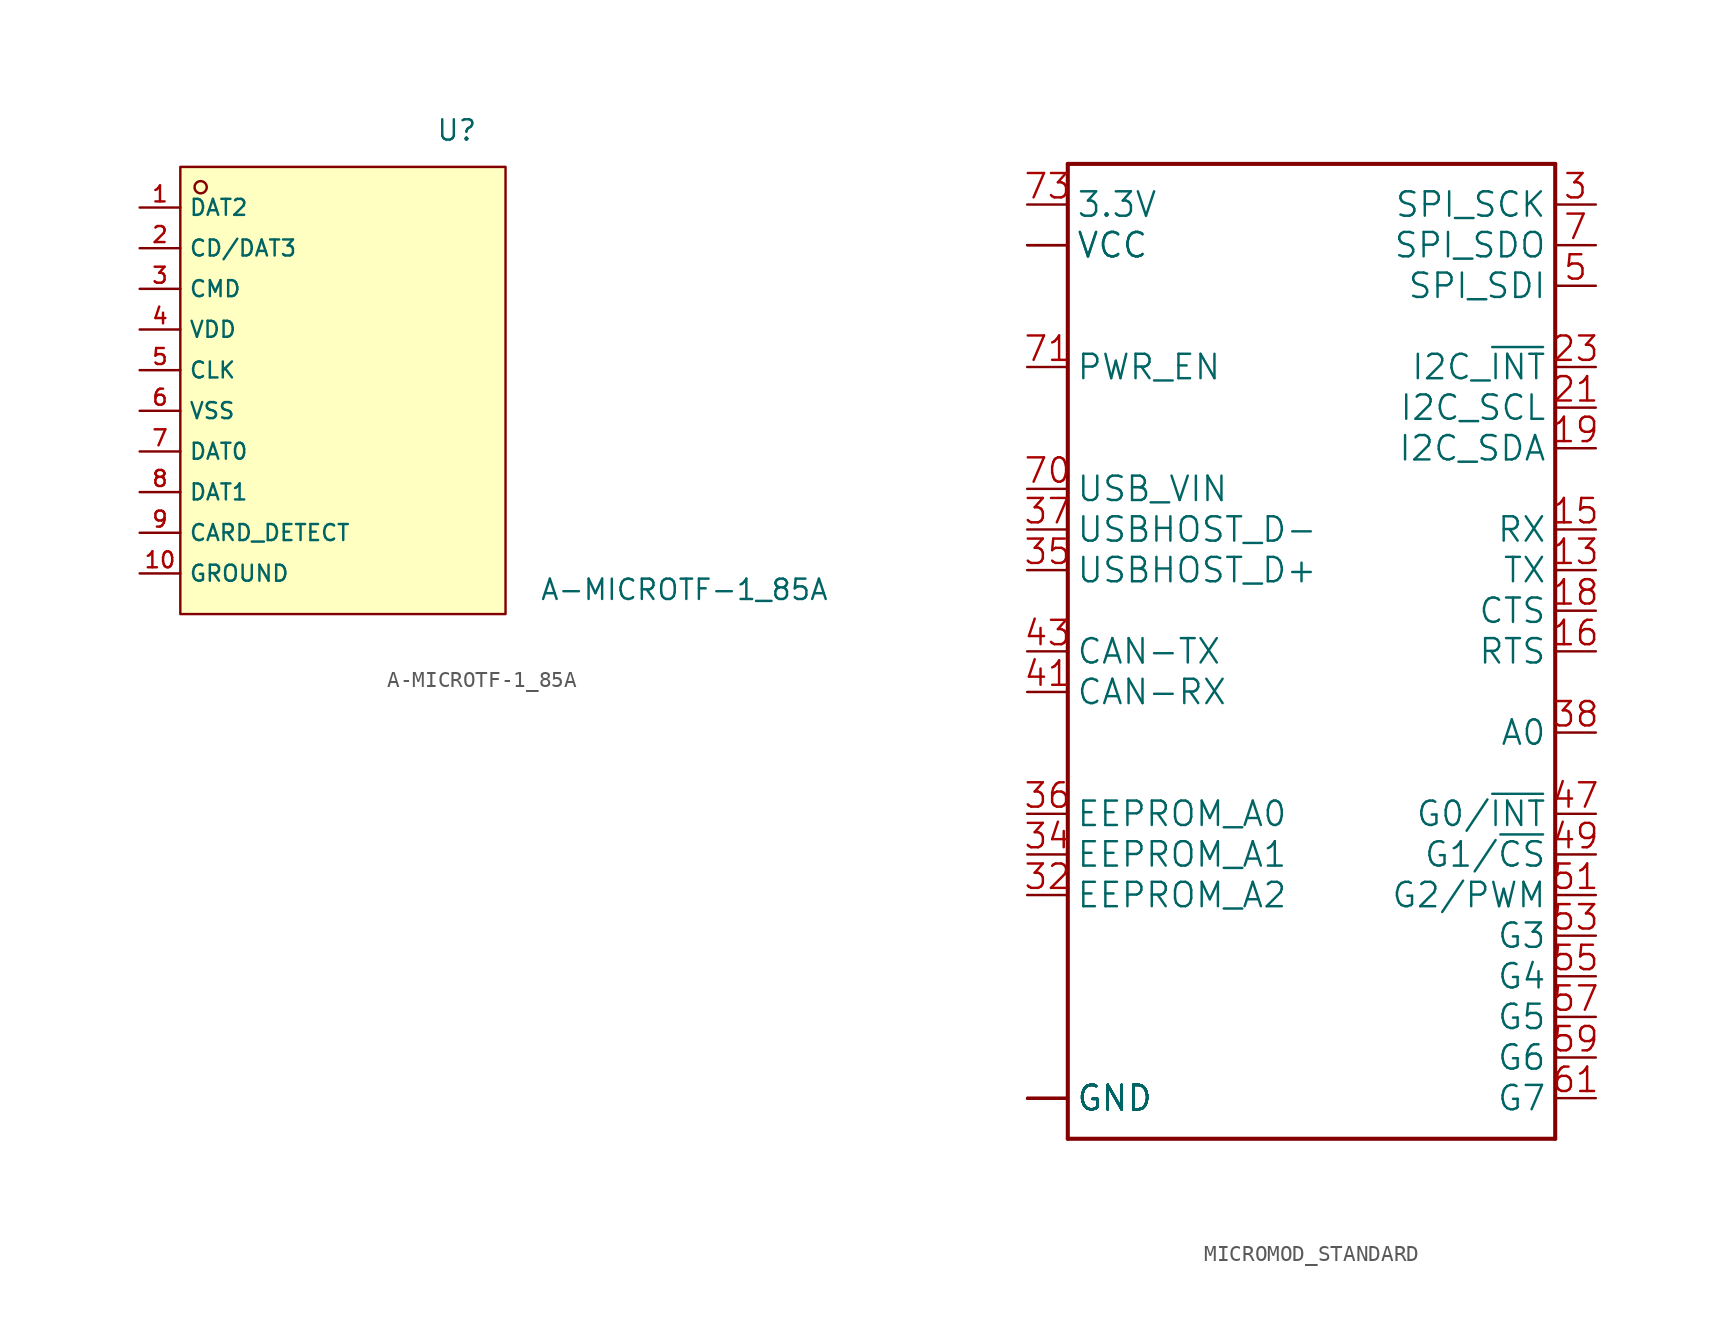
<source format=kicad_sym>
(kicad_symbol_lib
  (version 20241209)
  (generator "kicad_symbol_editor")
  (generator_version "9.0")
  (symbol "A-MICROTF-1_85A"
    (property "Reference" "U"
      (at 7.112 16.256 0)
      (effects (font (size 1.27 1.27))))
    (property "Value" "A-MICROTF-1_85A"
      (at 21.336 -12.446 0)
      (effects (font (size 1.27 1.27))))
    (symbol "A-MICROTF-1_85A_0_1"
      (rectangle (start -10.16 13.97) (end 10.16 -13.97) (stroke (width 0) (type default)) (fill (type background)))
      (circle (center -8.89 12.7) (radius 0.381) (stroke (width 0) (type default)) (fill (type background)))
      (pin unspecified line (at -12.7 11.43 0) (length 2.54) (name "DAT2" (effects (font (size 1 1)))) (number "1" (effects (font (size 1 1)))))
      (pin unspecified line (at -12.7 8.89 0) (length 2.54) (name "CD/DAT3" (effects (font (size 1 1)))) (number "2" (effects (font (size 1 1)))))
      (pin unspecified line (at -12.7 6.35 0) (length 2.54) (name "CMD" (effects (font (size 1 1)))) (number "3" (effects (font (size 1 1)))))
      (pin unspecified line (at -12.7 3.81 0) (length 2.54) (name "VDD" (effects (font (size 1 1)))) (number "4" (effects (font (size 1 1)))))
      (pin unspecified line (at -12.7 1.27 0) (length 2.54) (name "CLK" (effects (font (size 1 1)))) (number "5" (effects (font (size 1 1)))))
      (pin unspecified line (at -12.7 -1.27 0) (length 2.54) (name "VSS" (effects (font (size 1 1)))) (number "6" (effects (font (size 1 1)))))
      (pin unspecified line (at -12.7 -3.81 0) (length 2.54) (name "DAT0" (effects (font (size 1 1)))) (number "7" (effects (font (size 1 1)))))
      (pin unspecified line (at -12.7 -6.35 0) (length 2.54) (name "DAT1" (effects (font (size 1 1)))) (number "8" (effects (font (size 1 1)))))
      (pin unspecified line (at -12.7 -8.89 0) (length 2.54) (name "CARD_DETECT" (effects (font (size 1 1)))) (number "9" (effects (font (size 1 1)))))
      (pin unspecified line (at -12.7 -11.43 0) (length 2.54) (name "GROUND" (effects (font (size 1 1)))) (number "10" (effects (font (size 1 1)))))))
  (symbol "MICROMOD_STANDARD"
    (property "Reference" "J"
      (at -15.24 28.448 0)
      (effects (font (size 1.778 1.511)) (justify left bottom) (hide yes)))
    (symbol "MICROMOD_STANDARD_1_0"
      (polyline (pts (xy -15.24 27.94) (xy 15.24 27.94)) (stroke (width 0.254) (type solid)) (fill (type none)))
      (polyline (pts (xy -15.24 -33.02) (xy -15.24 27.94)) (stroke (width 0.254) (type solid)) (fill (type none)))
      (polyline (pts (xy 15.24 27.94) (xy 15.24 -33.02)) (stroke (width 0.254) (type solid)) (fill (type none)))
      (polyline (pts (xy 15.24 -33.02) (xy -15.24 -33.02)) (stroke (width 0.254) (type solid)) (fill (type none)))
      (pin bidirectional line (at -17.78 25.4 0) (length 2.54) (name "3.3V" (effects (font (size 1.524 1.524)))) (number "73" (effects (font (size 1.524 1.524)))))
      (pin bidirectional line (at -17.78 22.86 0) (length 2.54) (name "VCC" (effects (font (size 1.524 1.524)))) (number "72" (effects (font (size 0 0)))))
      (pin bidirectional line (at -17.78 22.86 0) (length 2.54) (name "VCC" (effects (font (size 1.524 1.524)))) (number "74" (effects (font (size 0 0)))))
      (pin bidirectional line (at -17.78 15.24 0) (length 2.54) (name "PWR_EN" (effects (font (size 1.524 1.524)))) (number "71" (effects (font (size 1.524 1.524)))))
      (pin bidirectional line (at -17.78 7.62 0) (length 2.54) (name "USB_VIN" (effects (font (size 1.524 1.524)))) (number "70" (effects (font (size 1.524 1.524)))))
      (pin bidirectional line (at -17.78 5.08 0) (length 2.54) (name "USBHOST_D-" (effects (font (size 1.524 1.524)))) (number "37" (effects (font (size 1.524 1.524)))))
      (pin bidirectional line (at -17.78 2.54 0) (length 2.54) (name "USBHOST_D+" (effects (font (size 1.524 1.524)))) (number "35" (effects (font (size 1.524 1.524)))))
      (pin bidirectional line (at -17.78 -2.54 0) (length 2.54) (name "CAN-TX" (effects (font (size 1.524 1.524)))) (number "43" (effects (font (size 1.524 1.524)))))
      (pin bidirectional line (at -17.78 -5.08 0) (length 2.54) (name "CAN-RX" (effects (font (size 1.524 1.524)))) (number "41" (effects (font (size 1.524 1.524)))))
      (pin bidirectional line (at -17.78 -12.7 0) (length 2.54) (name "EEPROM_A0" (effects (font (size 1.524 1.524)))) (number "36" (effects (font (size 1.524 1.524)))))
      (pin bidirectional line (at -17.78 -15.24 0) (length 2.54) (name "EEPROM_A1" (effects (font (size 1.524 1.524)))) (number "34" (effects (font (size 1.524 1.524)))))
      (pin bidirectional line (at -17.78 -17.78 0) (length 2.54) (name "EEPROM_A2" (effects (font (size 1.524 1.524)))) (number "32" (effects (font (size 1.524 1.524)))))
      (pin bidirectional line (at -17.78 -30.48 0) (length 2.54) (name "GND" (effects (font (size 1.524 1.524)))) (number "1" (effects (font (size 0 0)))))
      (pin bidirectional line (at -17.78 -30.48 0) (length 2.54) (name "GND" (effects (font (size 1.524 1.524)))) (number "33" (effects (font (size 0 0)))))
      (pin bidirectional line (at -17.78 -30.48 0) (length 2.54) (name "GND" (effects (font (size 1.524 1.524)))) (number "39" (effects (font (size 0 0)))))
      (pin bidirectional line (at -17.78 -30.48 0) (length 2.54) (name "GND" (effects (font (size 1.524 1.524)))) (number "45" (effects (font (size 0 0)))))
      (pin bidirectional line (at -17.78 -30.48 0) (length 2.54) (name "GND" (effects (font (size 1.524 1.524)))) (number "75" (effects (font (size 0 0)))))
      (pin bidirectional line (at -17.78 -30.48 0) (length 2.54) (name "GND" (effects (font (size 1.524 1.524)))) (number "GND1" (effects (font (size 0 0)))))
      (pin bidirectional line (at -17.78 -30.48 0) (length 2.54) (name "GND" (effects (font (size 1.524 1.524)))) (number "GND2" (effects (font (size 0 0)))))
      (pin bidirectional line (at -17.78 -30.48 0) (length 2.54) (name "GND" (effects (font (size 1.524 1.524)))) (number "GND3" (effects (font (size 0 0)))))
      (pin bidirectional line (at -17.78 -30.48 0) (length 2.54) (name "GND" (effects (font (size 1.524 1.524)))) (number "GND4" (effects (font (size 0 0)))))
      (pin bidirectional line (at -17.78 -30.48 0) (length 2.54) (name "GND" (effects (font (size 1.524 1.524)))) (number "GND5" (effects (font (size 0 0)))))
      (pin bidirectional line (at -17.78 -30.48 0) (length 2.54) (name "GND" (effects (font (size 1.524 1.524)))) (number "GND6" (effects (font (size 0 0)))))
      (pin bidirectional line (at 17.78 25.4 180) (length 2.54) (name "SPI_SCK" (effects (font (size 1.524 1.524)))) (number "3" (effects (font (size 1.524 1.524)))))
      (pin bidirectional line (at 17.78 22.86 180) (length 2.54) (name "SPI_SDO" (effects (font (size 1.524 1.524)))) (number "7" (effects (font (size 1.524 1.524)))))
      (pin bidirectional line (at 17.78 20.32 180) (length 2.54) (name "SPI_SDI" (effects (font (size 1.524 1.524)))) (number "5" (effects (font (size 1.524 1.524)))))
      (pin bidirectional line (at 17.78 15.24 180) (length 2.54) (name "I2C_~{INT}" (effects (font (size 1.524 1.524)))) (number "23" (effects (font (size 1.524 1.524)))))
      (pin bidirectional line (at 17.78 12.7 180) (length 2.54) (name "I2C_SCL" (effects (font (size 1.524 1.524)))) (number "21" (effects (font (size 1.524 1.524)))))
      (pin bidirectional line (at 17.78 10.16 180) (length 2.54) (name "I2C_SDA" (effects (font (size 1.524 1.524)))) (number "19" (effects (font (size 1.524 1.524)))))
      (pin bidirectional line (at 17.78 5.08 180) (length 2.54) (name "RX" (effects (font (size 1.524 1.524)))) (number "15" (effects (font (size 1.524 1.524)))))
      (pin bidirectional line (at 17.78 2.54 180) (length 2.54) (name "TX" (effects (font (size 1.524 1.524)))) (number "13" (effects (font (size 1.524 1.524)))))
      (pin bidirectional line (at 17.78 0 180) (length 2.54) (name "CTS" (effects (font (size 1.524 1.524)))) (number "18" (effects (font (size 1.524 1.524)))))
      (pin bidirectional line (at 17.78 -2.54 180) (length 2.54) (name "RTS" (effects (font (size 1.524 1.524)))) (number "16" (effects (font (size 1.524 1.524)))))
      (pin bidirectional line (at 17.78 -7.62 180) (length 2.54) (name "A0" (effects (font (size 1.524 1.524)))) (number "38" (effects (font (size 1.524 1.524)))))
      (pin bidirectional line (at 17.78 -12.7 180) (length 2.54) (name "G0/~{INT}" (effects (font (size 1.524 1.524)))) (number "47" (effects (font (size 1.524 1.524)))))
      (pin bidirectional line (at 17.78 -15.24 180) (length 2.54) (name "G1/~{CS}" (effects (font (size 1.524 1.524)))) (number "49" (effects (font (size 1.524 1.524)))))
      (pin bidirectional line (at 17.78 -17.78 180) (length 2.54) (name "G2/PWM" (effects (font (size 1.524 1.524)))) (number "51" (effects (font (size 1.524 1.524)))))
      (pin bidirectional line (at 17.78 -20.32 180) (length 2.54) (name "G3" (effects (font (size 1.524 1.524)))) (number "53" (effects (font (size 1.524 1.524)))))
      (pin bidirectional line (at 17.78 -22.86 180) (length 2.54) (name "G4" (effects (font (size 1.524 1.524)))) (number "55" (effects (font (size 1.524 1.524)))))
      (pin bidirectional line (at 17.78 -25.4 180) (length 2.54) (name "G5" (effects (font (size 1.524 1.524)))) (number "57" (effects (font (size 1.524 1.524)))))
      (pin bidirectional line (at 17.78 -27.94 180) (length 2.54) (name "G6" (effects (font (size 1.524 1.524)))) (number "59" (effects (font (size 1.524 1.524)))))
      (pin bidirectional line (at 17.78 -30.48 180) (length 2.54) (name "G7" (effects (font (size 1.524 1.524)))) (number "61" (effects (font (size 1.524 1.524))))))))
</source>
